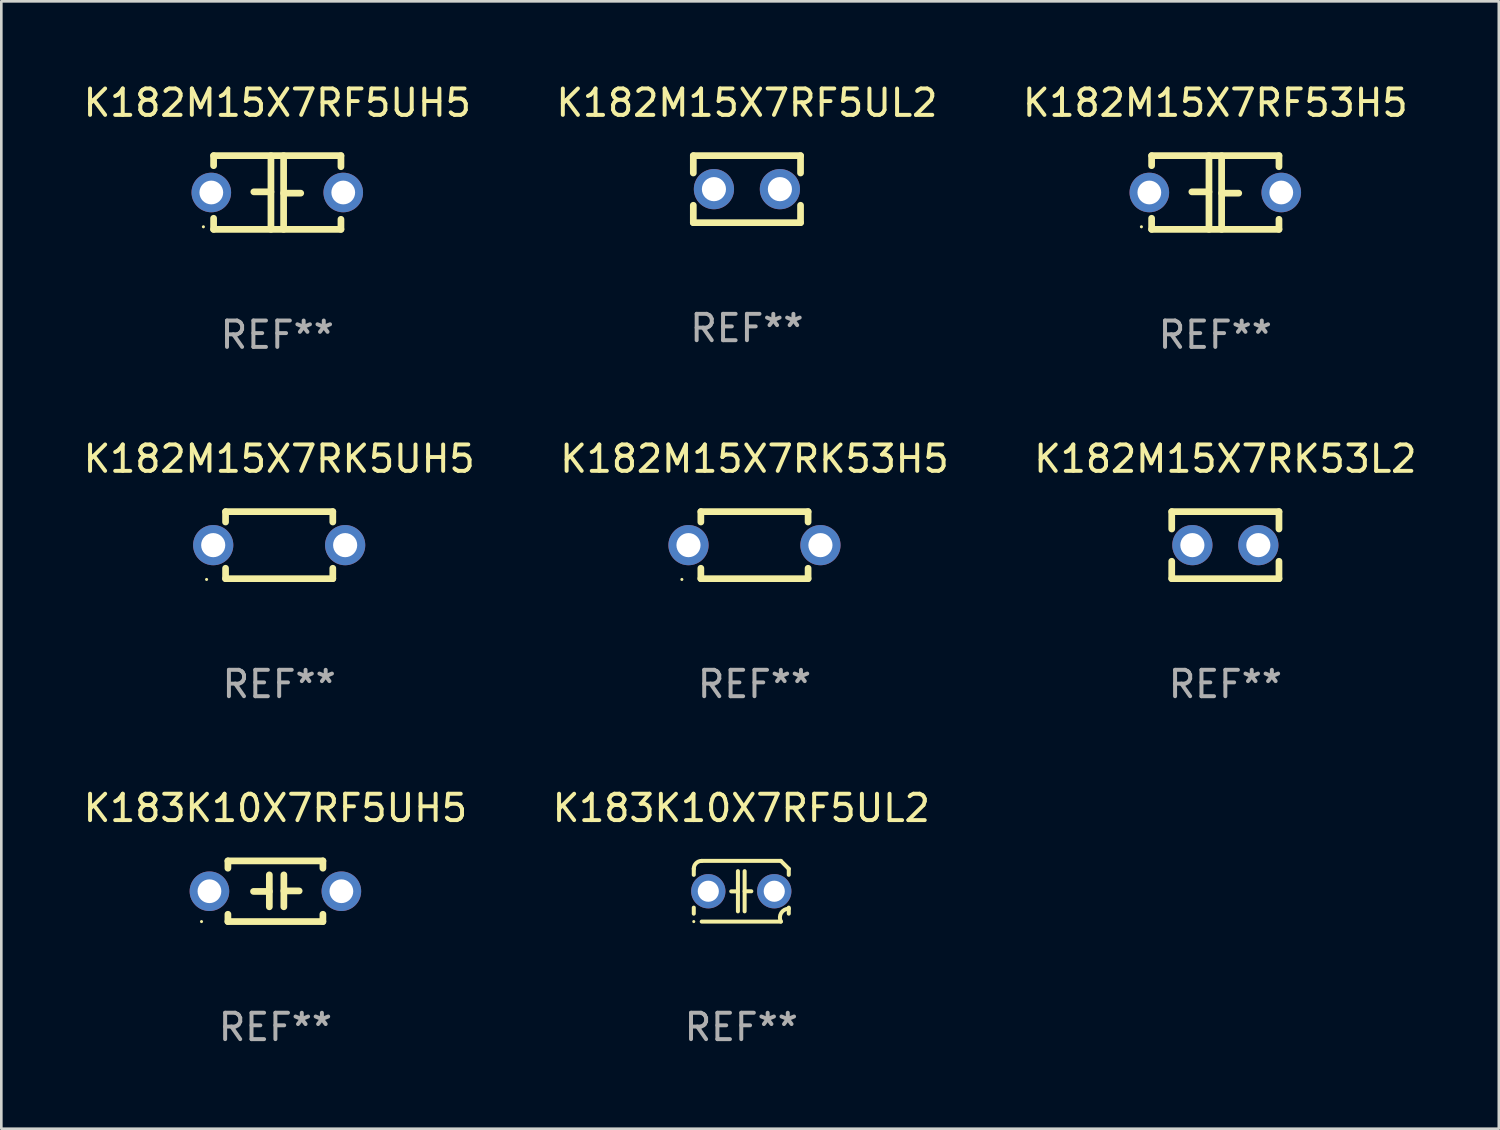
<source format=kicad_pcb>
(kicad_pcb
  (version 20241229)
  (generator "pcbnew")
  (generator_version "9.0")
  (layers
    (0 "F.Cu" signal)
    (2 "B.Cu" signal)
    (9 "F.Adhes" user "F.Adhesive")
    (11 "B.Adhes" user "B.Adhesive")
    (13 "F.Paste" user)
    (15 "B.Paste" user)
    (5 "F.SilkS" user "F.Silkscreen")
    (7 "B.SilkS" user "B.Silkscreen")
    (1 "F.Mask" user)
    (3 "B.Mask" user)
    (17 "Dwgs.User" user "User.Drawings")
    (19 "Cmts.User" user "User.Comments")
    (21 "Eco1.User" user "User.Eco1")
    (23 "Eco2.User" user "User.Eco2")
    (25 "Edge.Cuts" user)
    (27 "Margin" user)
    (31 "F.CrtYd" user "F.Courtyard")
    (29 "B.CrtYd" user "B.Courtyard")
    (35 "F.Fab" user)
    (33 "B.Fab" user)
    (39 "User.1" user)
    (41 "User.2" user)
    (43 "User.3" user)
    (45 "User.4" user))
  (footprint "K183K10X7RF5UH5"
    (layer "F.Cu")
    (at 7.387 30.725)
    (property "Reference" "K183K10X7RF5UH5" (at 0 -3.15 0) (layer "F.SilkS") (effects (font (size 1 1) (thickness 0.15))))
    (attr through_hole)
    (fp_line (start -1.8 -1.15) (end -1.8 -0.872) (stroke (width 0.254) (type solid)) (layer "F.SilkS"))
    (fp_line (start -1.8 -1.15) (end 1.8 -1.15) (stroke (width 0.254) (type solid)) (layer "F.SilkS"))
    (fp_line (start -1.8 0.872) (end -1.8 1.15) (stroke (width 0.254) (type solid)) (layer "F.SilkS"))
    (fp_line (start -1.8 1.15) (end 1.8 1.15) (stroke (width 0.254) (type solid)) (layer "F.SilkS"))
    (fp_line (start -0.23 -0.62) (end -0.23 0.59) (stroke (width 0.254) (type solid)) (layer "F.SilkS"))
    (fp_line (start -0.23 0.007) (end -0.83 0.007) (stroke (width 0.254) (type solid)) (layer "F.SilkS"))
    (fp_line (start 0.32 -0.62) (end 0.32 0.59) (stroke (width 0.254) (type solid)) (layer "F.SilkS"))
    (fp_line (start 0.32 -0.012) (end 0.9 -0.012) (stroke (width 0.254) (type solid)) (layer "F.SilkS"))
    (fp_line (start 1.8 -1.15) (end 1.8 -0.872) (stroke (width 0.254) (type solid)) (layer "F.SilkS"))
    (fp_line (start 1.8 0.872) (end 1.8 1.15) (stroke (width 0.254) (type solid)) (layer "F.SilkS"))
    (fp_circle (center -2.8 1.15) (end -2.77 1.15) (stroke (width 0.06) (type solid)) (fill no) (layer "F.SilkS"))
    (fp_text user "REF**" (at 0 5.15 0) (layer "F.Fab") (effects (font (size 1 1) (thickness 0.15))))
    (pad "1" thru_hole circle (at -2.5 0) (size 1.5 1.5) (drill 0.9) (layers "*.Cu" "*.Mask"))
    (pad "2" thru_hole circle (at 2.5 0) (size 1.5 1.5) (drill 0.9) (layers "*.Cu" "*.Mask")))
  (footprint "K182M15X7RF5UH5"
    (layer "F.Cu")
    (at 7.458 4.245)
    (property "Reference" "K182M15X7RF5UH5" (at 0 -3.397 0) (layer "F.SilkS") (effects (font (size 1 1) (thickness 0.15))))
    (attr through_hole)
    (fp_line (start -2.413 -1.397) (end 2.413 -1.397) (stroke (width 0.254) (type solid)) (layer "F.SilkS"))
    (fp_line (start -2.413 -1.016) (end -2.413 -1.397) (stroke (width 0.254) (type solid)) (layer "F.SilkS"))
    (fp_line (start -2.413 0.977) (end -2.413 1.397) (stroke (width 0.254) (type solid)) (layer "F.SilkS"))
    (fp_line (start -0.24 -0.025) (end -0.889 -0.025) (stroke (width 0.254) (type solid)) (layer "F.SilkS"))
    (fp_line (start -0.24 1.397) (end -0.24 -1.397) (stroke (width 0.254) (type solid)) (layer "F.SilkS"))
    (fp_line (start 0.24 -1.397) (end 0.24 1.397) (stroke (width 0.254) (type solid)) (layer "F.SilkS"))
    (fp_line (start 0.24 0.025) (end 0.889 0.025) (stroke (width 0.254) (type solid)) (layer "F.SilkS"))
    (fp_line (start 2.413 -0.977) (end 2.413 -1.397) (stroke (width 0.254) (type solid)) (layer "F.SilkS"))
    (fp_line (start 2.413 1.016) (end 2.413 1.397) (stroke (width 0.254) (type solid)) (layer "F.SilkS"))
    (fp_line (start 2.413 1.397) (end -2.413 1.397) (stroke (width 0.254) (type solid)) (layer "F.SilkS"))
    (fp_circle (center -2.8 1.3) (end -2.77 1.3) (stroke (width 0.06) (type solid)) (fill no) (layer "F.SilkS"))
    (fp_text user "REF**" (at 0 5.397 0) (layer "F.Fab") (effects (font (size 1 1) (thickness 0.15))))
    (pad "1" thru_hole circle (at -2.5 0) (size 1.5 1.5) (drill 0.9) (layers "*.Cu" "*.Mask"))
    (pad "2" thru_hole circle (at 2.5 0) (size 1.5 1.5) (drill 0.9) (layers "*.Cu" "*.Mask")))
  (footprint "K182M15X7RF5UL2"
    (layer "F.Cu")
    (at 25.256 4.118)
    (property "Reference" "K182M15X7RF5UL2" (at 0 -3.27 0) (layer "F.SilkS") (effects (font (size 1 1) (thickness 0.15))))
    (attr through_hole)
    (fp_line (start -2.032 -1.27) (end -2.032 -0.611) (stroke (width 0.254) (type solid)) (layer "F.SilkS"))
    (fp_line (start -2.032 0.611) (end -2.032 1.27) (stroke (width 0.254) (type solid)) (layer "F.SilkS"))
    (fp_line (start -2.032 1.27) (end 2.032 1.27) (stroke (width 0.254) (type solid)) (layer "F.SilkS"))
    (fp_line (start 2.032 -1.27) (end -2.032 -1.27) (stroke (width 0.254) (type solid)) (layer "F.SilkS"))
    (fp_line (start 2.032 -0.611) (end 2.032 -1.27) (stroke (width 0.254) (type solid)) (layer "F.SilkS"))
    (fp_line (start 2.032 1.27) (end 2.032 0.611) (stroke (width 0.254) (type solid)) (layer "F.SilkS"))
    (fp_circle (center -2 1.3) (end -1.97 1.3) (stroke (width 0.06) (type solid)) (fill no) (layer "F.SilkS"))
    (fp_text user "REF**" (at 0 5.27 0) (layer "F.Fab") (effects (font (size 1 1) (thickness 0.15))))
    (pad "1" thru_hole circle (at -1.25 0) (size 1.524 1.524) (drill 0.914) (layers "*.Cu" "*.Mask"))
    (pad "2" thru_hole circle (at 1.25 0) (size 1.524 1.524) (drill 0.914) (layers "*.Cu" "*.Mask")))
  (footprint "K183K10X7RF5UL2"
    (layer "F.Cu")
    (at 25.042 30.725)
    (property "Reference" "K183K10X7RF5UL2" (at 0 -3.15 0) (layer "F.SilkS") (effects (font (size 1 1) (thickness 0.15))))
    (attr through_hole)
    (fp_line (start -1.8 -0.621) (end -1.8 -0.85) (stroke (width 0.152) (type solid)) (layer "F.SilkS"))
    (fp_line (start -1.8 0.85) (end -1.8 0.621) (stroke (width 0.152) (type solid)) (layer "F.SilkS"))
    (fp_line (start -1.5 -1.15) (end 1.5 -1.15) (stroke (width 0.152) (type solid)) (layer "F.SilkS"))
    (fp_line (start -0.127 -0.762) (end -0.127 0.762) (stroke (width 0.152) (type solid)) (layer "F.SilkS"))
    (fp_line (start -0.127 0.005) (end -0.381 0.005) (stroke (width 0.152) (type solid)) (layer "F.SilkS"))
    (fp_line (start 0.127 -0.762) (end 0.127 0.762) (stroke (width 0.152) (type solid)) (layer "F.SilkS"))
    (fp_line (start 0.127 0.002) (end 0.381 0.002) (stroke (width 0.152) (type solid)) (layer "F.SilkS"))
    (fp_line (start 1.5 1.15) (end -1.5 1.15) (stroke (width 0.152) (type solid)) (layer "F.SilkS"))
    (fp_line (start 1.8 -0.85) (end 1.8 -0.621) (stroke (width 0.152) (type solid)) (layer "F.SilkS"))
    (fp_line (start 1.8 0.621) (end 1.8 0.85) (stroke (width 0.152) (type solid)) (layer "F.SilkS"))
    (fp_arc (start -1.799975 -0.849987) (mid -1.712107 -1.062119) (end -1.499975 -1.149987) (stroke (width 0.151994) (type solid)) (layer "F.SilkS"))
    (fp_arc (start 1.499975 1.149987) (mid 1.513726 0.822359) (end 1.799975 0.662387) (stroke (width 0.151994) (type solid)) (layer "F.SilkS"))
    (fp_arc (start 1.500001 -1.149986) (mid 1.650015 -1.000001) (end 1.8 -0.849987) (stroke (width 0.151994) (type solid)) (layer "F.SilkS"))
    (fp_circle (center -1.8 1.15) (end -1.77 1.15) (stroke (width 0.06) (type solid)) (fill no) (layer "F.SilkS"))
    (fp_text user "REF**" (at 0 5.15 0) (layer "F.Fab") (effects (font (size 1 1) (thickness 0.15))))
    (pad "1" thru_hole circle (at -1.25 0) (size 1.3 1.3) (drill 0.8) (layers "*.Cu" "*.Mask"))
    (pad "2" thru_hole circle (at 1.25 0) (size 1.3 1.3) (drill 0.8) (layers "*.Cu" "*.Mask")))
  (footprint "K182M15X7RK53H5"
    (layer "F.Cu")
    (at 25.542 17.609)
    (property "Reference" "K182M15X7RK53H5" (at 0 -3.27 0) (layer "F.SilkS") (effects (font (size 1 1) (thickness 0.15))))
    (attr through_hole)
    (fp_line (start -2.032 -1.27) (end -2.032 -0.876) (stroke (width 0.254) (type solid)) (layer "F.SilkS"))
    (fp_line (start -2.032 0.876) (end -2.032 1.27) (stroke (width 0.254) (type solid)) (layer "F.SilkS"))
    (fp_line (start -2.032 1.27) (end 2.032 1.27) (stroke (width 0.254) (type solid)) (layer "F.SilkS"))
    (fp_line (start 2.032 -1.27) (end -2.032 -1.27) (stroke (width 0.254) (type solid)) (layer "F.SilkS"))
    (fp_line (start 2.032 -0.876) (end 2.032 -1.27) (stroke (width 0.254) (type solid)) (layer "F.SilkS"))
    (fp_line (start 2.032 1.27) (end 2.032 0.876) (stroke (width 0.254) (type solid)) (layer "F.SilkS"))
    (fp_circle (center -2.751 1.3) (end -2.721 1.3) (stroke (width 0.06) (type solid)) (fill no) (layer "F.SilkS"))
    (fp_text user "REF**" (at 0 5.27 0) (layer "F.Fab") (effects (font (size 1 1) (thickness 0.15))))
    (pad "1" thru_hole circle (at -2.5 0) (size 1.524 1.524) (drill 0.914) (layers "*.Cu" "*.Mask"))
    (pad "2" thru_hole circle (at 2.5 0) (size 1.524 1.524) (drill 0.914) (layers "*.Cu" "*.Mask")))
  (footprint "K182M15X7RK5UH5"
    (layer "F.Cu")
    (at 7.53 17.609)
    (property "Reference" "K182M15X7RK5UH5" (at 0 -3.27 0) (layer "F.SilkS") (effects (font (size 1 1) (thickness 0.15))))
    (attr through_hole)
    (fp_line (start -2.032 -1.27) (end -2.032 -0.876) (stroke (width 0.254) (type solid)) (layer "F.SilkS"))
    (fp_line (start -2.032 0.876) (end -2.032 1.27) (stroke (width 0.254) (type solid)) (layer "F.SilkS"))
    (fp_line (start -2.032 1.27) (end 2.032 1.27) (stroke (width 0.254) (type solid)) (layer "F.SilkS"))
    (fp_line (start 2.032 -1.27) (end -2.032 -1.27) (stroke (width 0.254) (type solid)) (layer "F.SilkS"))
    (fp_line (start 2.032 -0.876) (end 2.032 -1.27) (stroke (width 0.254) (type solid)) (layer "F.SilkS"))
    (fp_line (start 2.032 1.27) (end 2.032 0.876) (stroke (width 0.254) (type solid)) (layer "F.SilkS"))
    (fp_circle (center -2.751 1.3) (end -2.721 1.3) (stroke (width 0.06) (type solid)) (fill no) (layer "F.SilkS"))
    (fp_text user "REF**" (at 0 5.27 0) (layer "F.Fab") (effects (font (size 1 1) (thickness 0.15))))
    (pad "1" thru_hole circle (at -2.5 0) (size 1.524 1.524) (drill 0.914) (layers "*.Cu" "*.Mask"))
    (pad "2" thru_hole circle (at 2.5 0) (size 1.524 1.524) (drill 0.914) (layers "*.Cu" "*.Mask")))
  (footprint "K182M15X7RK53L2"
    (layer "F.Cu")
    (at 43.387 17.609)
    (property "Reference" "K182M15X7RK53L2" (at 0 -3.27 0) (layer "F.SilkS") (effects (font (size 1 1) (thickness 0.15))))
    (attr through_hole)
    (fp_line (start -2.032 -1.27) (end -2.032 -0.611) (stroke (width 0.254) (type solid)) (layer "F.SilkS"))
    (fp_line (start -2.032 0.611) (end -2.032 1.27) (stroke (width 0.254) (type solid)) (layer "F.SilkS"))
    (fp_line (start -2.032 1.27) (end 2.032 1.27) (stroke (width 0.254) (type solid)) (layer "F.SilkS"))
    (fp_line (start 2.032 -1.27) (end -2.032 -1.27) (stroke (width 0.254) (type solid)) (layer "F.SilkS"))
    (fp_line (start 2.032 -0.611) (end 2.032 -1.27) (stroke (width 0.254) (type solid)) (layer "F.SilkS"))
    (fp_line (start 2.032 1.27) (end 2.032 0.611) (stroke (width 0.254) (type solid)) (layer "F.SilkS"))
    (fp_circle (center -2 1.3) (end -1.97 1.3) (stroke (width 0.06) (type solid)) (fill no) (layer "F.SilkS"))
    (fp_text user "REF**" (at 0 5.27 0) (layer "F.Fab") (effects (font (size 1 1) (thickness 0.15))))
    (pad "1" thru_hole circle (at -1.25 0) (size 1.524 1.524) (drill 0.914) (layers "*.Cu" "*.Mask"))
    (pad "2" thru_hole circle (at 1.25 0) (size 1.524 1.524) (drill 0.914) (layers "*.Cu" "*.Mask")))
  (footprint "K182M15X7RF53H5"
    (layer "F.Cu")
    (at 43.006 4.245)
    (property "Reference" "K182M15X7RF53H5" (at 0 -3.397 0) (layer "F.SilkS") (effects (font (size 1 1) (thickness 0.15))))
    (attr through_hole)
    (fp_line (start -2.413 -1.397) (end 2.413 -1.397) (stroke (width 0.254) (type solid)) (layer "F.SilkS"))
    (fp_line (start -2.413 -1.016) (end -2.413 -1.397) (stroke (width 0.254) (type solid)) (layer "F.SilkS"))
    (fp_line (start -2.413 0.977) (end -2.413 1.397) (stroke (width 0.254) (type solid)) (layer "F.SilkS"))
    (fp_line (start -0.24 -0.025) (end -0.889 -0.025) (stroke (width 0.254) (type solid)) (layer "F.SilkS"))
    (fp_line (start -0.24 1.397) (end -0.24 -1.397) (stroke (width 0.254) (type solid)) (layer "F.SilkS"))
    (fp_line (start 0.24 -1.397) (end 0.24 1.397) (stroke (width 0.254) (type solid)) (layer "F.SilkS"))
    (fp_line (start 0.24 0.025) (end 0.889 0.025) (stroke (width 0.254) (type solid)) (layer "F.SilkS"))
    (fp_line (start 2.413 -0.977) (end 2.413 -1.397) (stroke (width 0.254) (type solid)) (layer "F.SilkS"))
    (fp_line (start 2.413 1.016) (end 2.413 1.397) (stroke (width 0.254) (type solid)) (layer "F.SilkS"))
    (fp_line (start 2.413 1.397) (end -2.413 1.397) (stroke (width 0.254) (type solid)) (layer "F.SilkS"))
    (fp_circle (center -2.8 1.3) (end -2.77 1.3) (stroke (width 0.06) (type solid)) (fill no) (layer "F.SilkS"))
    (fp_text user "REF**" (at 0 5.397 0) (layer "F.Fab") (effects (font (size 1 1) (thickness 0.15))))
    (pad "1" thru_hole circle (at -2.5 0) (size 1.5 1.5) (drill 0.9) (layers "*.Cu" "*.Mask"))
    (pad "2" thru_hole circle (at 2.5 0) (size 1.5 1.5) (drill 0.9) (layers "*.Cu" "*.Mask")))
  (gr_rect
    (start -3 -3)
    (end 53.75 39.724)
    (stroke (width 0.1) (type default))
    (fill no)
    (layer "Edge.Cuts")))
</source>
